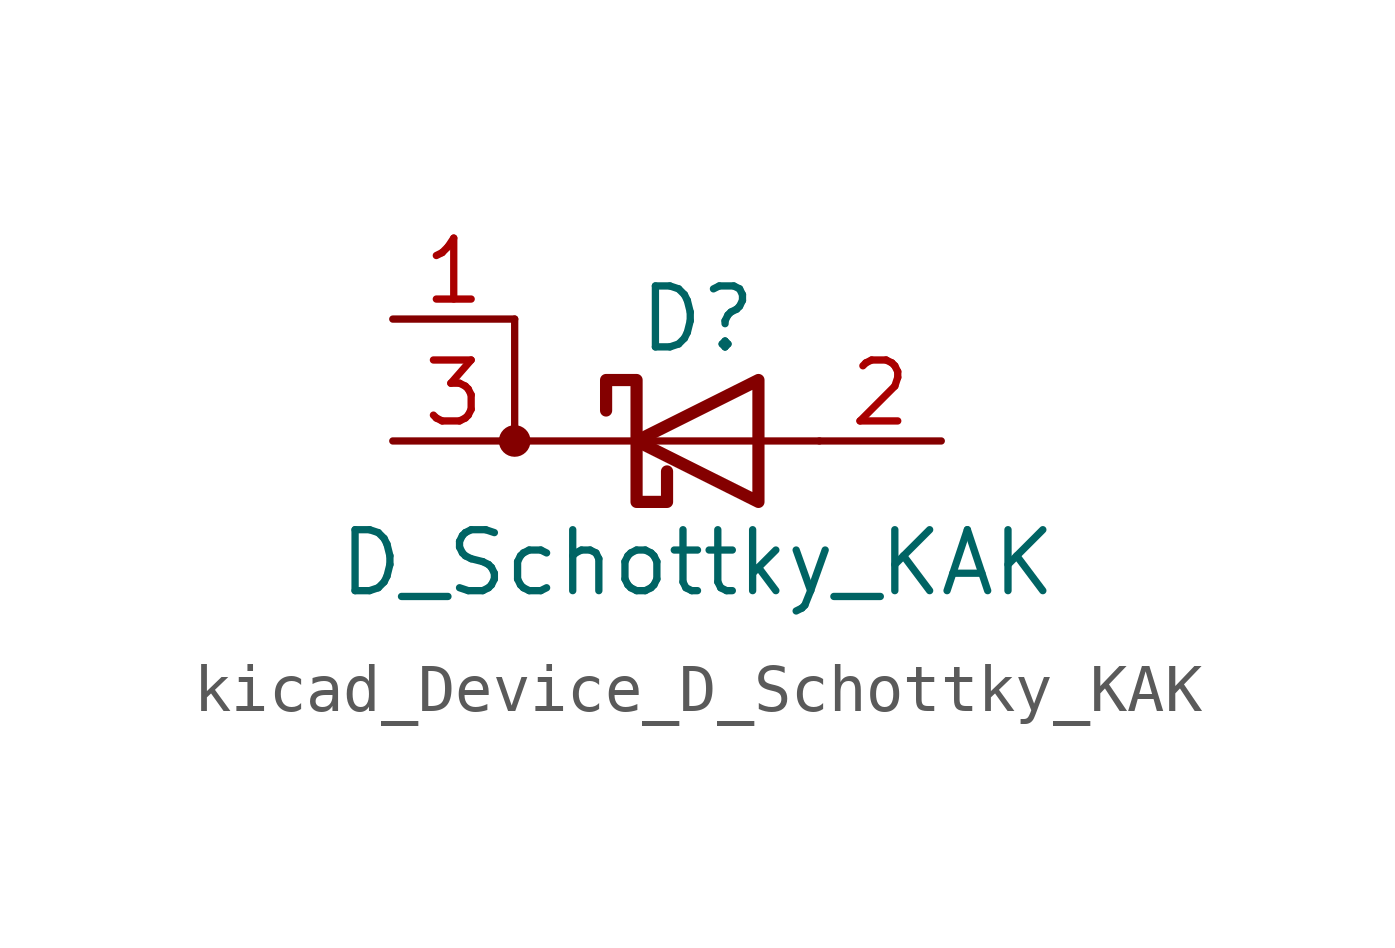
<source format=kicad_sym>
(kicad_symbol_lib
  (version 20220914)
  (generator kicad_symbol_editor)
  (symbol "kicad_Device_D_Schottky_KAK"
    (pin_names
      (offset 0) hide)
    (property "Reference" "D"
      (at 0 2.54 0)
      (effects (font (size 1.27 1.27))))
    (property "Value" "D_Schottky_KAK"
      (at 0 -2.54 0)
      (effects (font (size 1.27 1.27))))
    (symbol "kicad_Device_D_Schottky_KAK_0_1"
      (circle (center -3.81 0) (radius 0.254) (stroke (width 0) (type default)) (fill (type outline)))
      (polyline (pts (xy -3.81 2.54) (xy -3.81 0) (xy 2.54 0)) (stroke (width 0) (type default)) (fill (type none)))
      (polyline (pts (xy 1.27 1.27) (xy 1.27 -1.27) (xy -1.27 0) (xy 1.27 1.27)) (stroke (width 0.254) (type default)) (fill (type none)))
      (polyline (pts (xy -1.905 0.635) (xy -1.905 1.27) (xy -1.27 1.27) (xy -1.27 -1.27) (xy -0.635 -1.27) (xy -0.635 -0.635)) (stroke (width 0.254) (type default)) (fill (type none))))
    (symbol "kicad_Device_D_Schottky_KAK_1_1"
      (pin passive line (at -6.35 2.54 0) (length 2.54) (name "K" (effects (font (size 1.27 1.27)))) (number "1" (effects (font (size 1.27 1.27)))))
      (pin passive line (at 5.08 0 180) (length 2.54) (name "A" (effects (font (size 1.27 1.27)))) (number "2" (effects (font (size 1.27 1.27)))))
      (pin passive line (at -6.35 0 0) (length 2.54) (name "K" (effects (font (size 1.27 1.27)))) (number "3" (effects (font (size 1.27 1.27))))))))
</source>
